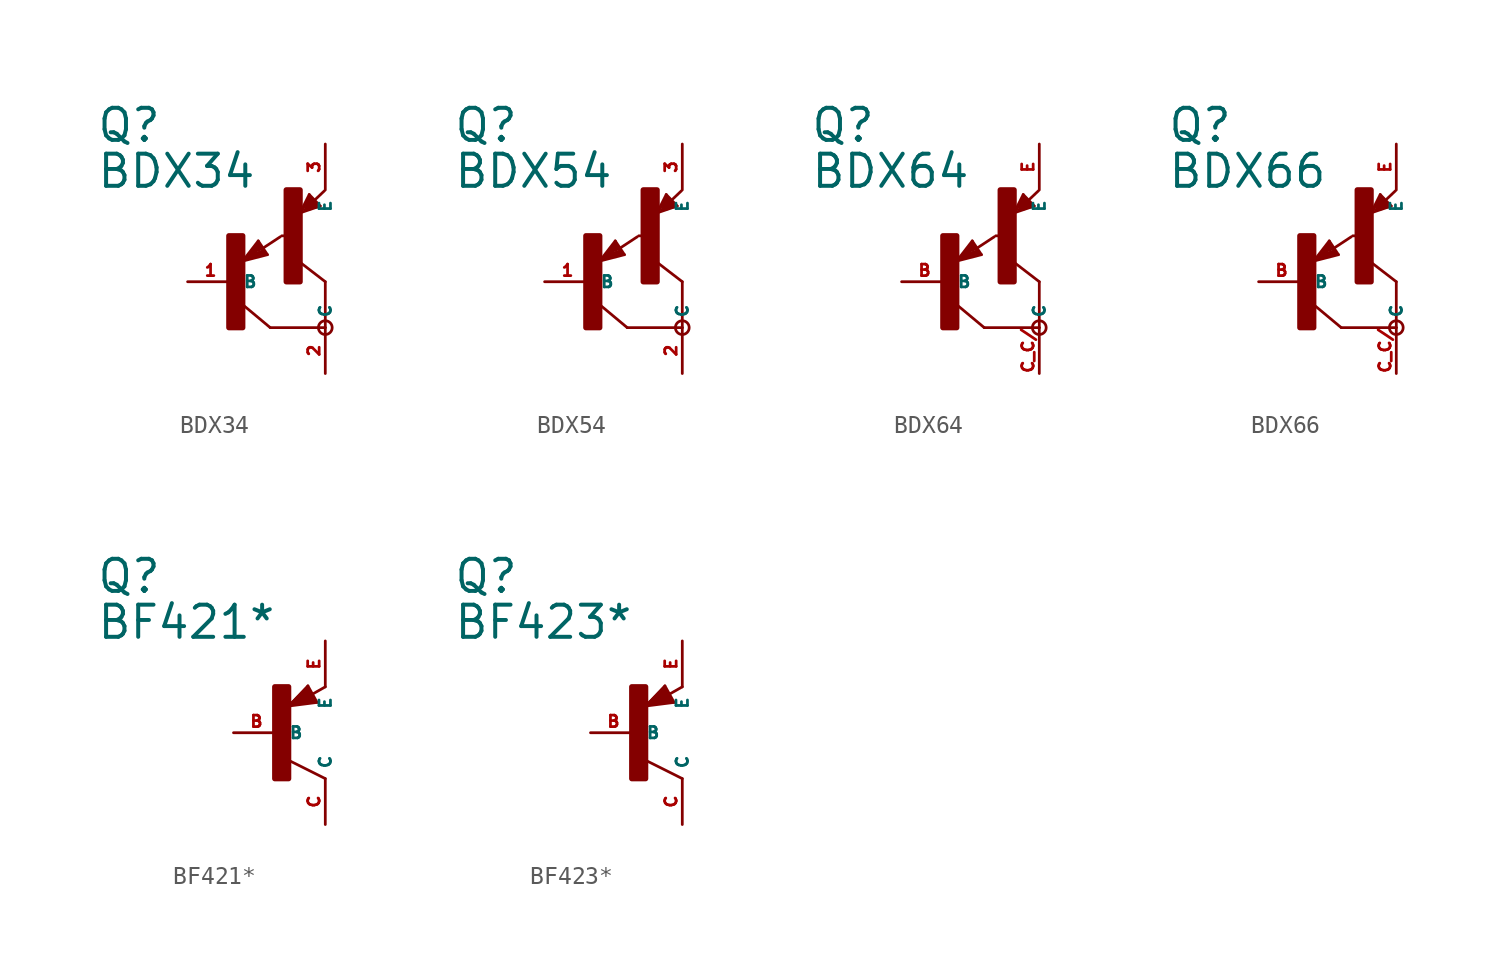
<source format=kicad_sym>
(kicad_symbol_lib
  (version 20220914)
  (generator Eagle2Kicad)
  (symbol "BDX34"
    (property "Reference" "Q"
      (at -7.62 7.62 0)
      (effects (font (size 1.778 1.778) (thickness 0.22)) (justify left bottom)))
    (property "Value" "BDX34"
      (at -7.62 5.08 0)
      (effects (font (size 1.778 1.778) (thickness 0.22)) (justify left bottom)))
    (polyline
      (pts (xy 5.08 -2.54) (xy 2.032 -2.54))
      (stroke (width 0.152) (type default))
      (fill (type none)))
    (polyline
      (pts (xy 2.032 -2.54) (xy 0.508 -1.27))
      (stroke (width 0.152) (type default))
      (fill (type none)))
    (polyline
      (pts (xy 5.08 0) (xy 3.429 1.27))
      (stroke (width 0.152) (type default))
      (fill (type none)))
    (polyline
      (pts (xy 1.37 2.259) (xy 0.508 1.143))
      (stroke (width 0.152) (type default))
      (fill (type none)))
    (polyline
      (pts (xy 1.878 1.497) (xy 1.37 2.259))
      (stroke (width 0.152) (type default))
      (fill (type none)))
    (polyline
      (pts (xy 0.508 1.143) (xy 1.878 1.497))
      (stroke (width 0.152) (type default))
      (fill (type none)))
    (polyline
      (pts (xy 1.608 1.843) (xy 2.586 2.486))
      (stroke (width 0.152) (type default))
      (fill (type none)))
    (polyline
      (pts (xy 0.635 1.27) (xy 1.397 2.159))
      (stroke (width 0.127) (type default))
      (fill (type none)))
    (polyline
      (pts (xy 1.397 2.159) (xy 1.778 1.524))
      (stroke (width 0.127) (type default))
      (fill (type none)))
    (polyline
      (pts (xy 1.778 1.524) (xy 0.762 1.27))
      (stroke (width 0.127) (type default))
      (fill (type none)))
    (polyline
      (pts (xy 0.762 1.27) (xy 1.397 2.032))
      (stroke (width 0.127) (type default))
      (fill (type none)))
    (polyline
      (pts (xy 1.397 2.032) (xy 1.651 1.651))
      (stroke (width 0.127) (type default))
      (fill (type none)))
    (polyline
      (pts (xy 1.651 1.651) (xy 0.889 1.397))
      (stroke (width 0.254) (type default))
      (fill (type none)))
    (polyline
      (pts (xy 0.889 1.397) (xy 1.397 1.905))
      (stroke (width 0.254) (type default))
      (fill (type none)))
    (polyline
      (pts (xy 1.397 1.905) (xy 1.397 1.778))
      (stroke (width 0.254) (type default))
      (fill (type none)))
    (polyline
      (pts (xy 3.683 3.81) (xy 4.799 4.191))
      (stroke (width 0.152) (type default))
      (fill (type none)))
    (polyline
      (pts (xy 4.191 4.826) (xy 3.683 3.81))
      (stroke (width 0.152) (type default))
      (fill (type none)))
    (polyline
      (pts (xy 4.799 4.191) (xy 4.191 4.826))
      (stroke (width 0.152) (type default))
      (fill (type none)))
    (polyline
      (pts (xy 4.483 4.51) (xy 5.026 5.026))
      (stroke (width 0.152) (type default))
      (fill (type none)))
    (polyline
      (pts (xy 3.81 3.937) (xy 4.191 4.699))
      (stroke (width 0.127) (type default))
      (fill (type none)))
    (polyline
      (pts (xy 4.191 4.699) (xy 4.699 4.191))
      (stroke (width 0.127) (type default))
      (fill (type none)))
    (polyline
      (pts (xy 4.699 4.191) (xy 3.937 3.937))
      (stroke (width 0.127) (type default))
      (fill (type none)))
    (polyline
      (pts (xy 3.937 3.937) (xy 4.191 4.572))
      (stroke (width 0.127) (type default))
      (fill (type none)))
    (polyline
      (pts (xy 4.191 4.572) (xy 4.572 4.191))
      (stroke (width 0.254) (type default))
      (fill (type none)))
    (polyline
      (pts (xy 4.572 4.191) (xy 4.064 4.064))
      (stroke (width 0.254) (type default))
      (fill (type none)))
    (polyline
      (pts (xy 4.064 4.064) (xy 4.191 4.318))
      (stroke (width 0.254) (type default))
      (fill (type none)))
    (polyline
      (pts (xy 4.191 4.318) (xy 4.318 4.318))
      (stroke (width 0.254) (type default))
      (fill (type none)))
    (polyline
      (pts (xy 5.08 -2.54) (xy 5.08 0))
      (stroke (width 0.152) (type default))
      (fill (type none)))
    (polyline
      (pts (xy 2.667 2.54) (xy 2.921 2.54))
      (stroke (width 0.152) (type default))
      (fill (type none)))
    (circle
      (center 5.08 -2.54)
      (radius 0.381)
      (stroke (width 0) (type default))
      (fill (type none)))
    (rectangle
      (start -0.254 -2.54)
      (end 0.508 2.54)
      (stroke (width 0.3) (type default))
      (fill (type outline)))
    (rectangle
      (start 2.921 0)
      (end 3.683 5.08)
      (stroke (width 0.3) (type default))
      (fill (type outline)))
    (pin passive line
      (at -2.54 0 0)
      (length 2.54)
      (name "B" (effects (font (size 0.635 0.635) (thickness 0.08)) (justify left bottom)))
      (number "1" (effects (font (size 0.635 0.635) (thickness 0.08)) (justify left bottom))))
    (pin passive line
      (at 5.08 7.62 270)
      (length 2.54)
      (name "E" (effects (font (size 0.635 0.635) (thickness 0.08)) (justify left bottom)))
      (number "3" (effects (font (size 0.635 0.635) (thickness 0.08)) (justify left bottom))))
    (pin passive line
      (at 5.08 -5.08 90)
      (length 2.54)
      (name "C" (effects (font (size 0.635 0.635) (thickness 0.08)) (justify left bottom)))
      (number "2" (effects (font (size 0.635 0.635) (thickness 0.08)) (justify left bottom)))))
  (symbol "BDX54"
    (property "Reference" "Q"
      (at -7.62 7.62 0)
      (effects (font (size 1.778 1.778) (thickness 0.22)) (justify left bottom)))
    (property "Value" "BDX54"
      (at -7.62 5.08 0)
      (effects (font (size 1.778 1.778) (thickness 0.22)) (justify left bottom)))
    (polyline
      (pts (xy 5.08 -2.54) (xy 2.032 -2.54))
      (stroke (width 0.152) (type default))
      (fill (type none)))
    (polyline
      (pts (xy 2.032 -2.54) (xy 0.508 -1.27))
      (stroke (width 0.152) (type default))
      (fill (type none)))
    (polyline
      (pts (xy 5.08 0) (xy 3.429 1.27))
      (stroke (width 0.152) (type default))
      (fill (type none)))
    (polyline
      (pts (xy 1.37 2.259) (xy 0.508 1.143))
      (stroke (width 0.152) (type default))
      (fill (type none)))
    (polyline
      (pts (xy 1.878 1.497) (xy 1.37 2.259))
      (stroke (width 0.152) (type default))
      (fill (type none)))
    (polyline
      (pts (xy 0.508 1.143) (xy 1.878 1.497))
      (stroke (width 0.152) (type default))
      (fill (type none)))
    (polyline
      (pts (xy 1.608 1.843) (xy 2.586 2.486))
      (stroke (width 0.152) (type default))
      (fill (type none)))
    (polyline
      (pts (xy 0.635 1.27) (xy 1.397 2.159))
      (stroke (width 0.127) (type default))
      (fill (type none)))
    (polyline
      (pts (xy 1.397 2.159) (xy 1.778 1.524))
      (stroke (width 0.127) (type default))
      (fill (type none)))
    (polyline
      (pts (xy 1.778 1.524) (xy 0.762 1.27))
      (stroke (width 0.127) (type default))
      (fill (type none)))
    (polyline
      (pts (xy 0.762 1.27) (xy 1.397 2.032))
      (stroke (width 0.127) (type default))
      (fill (type none)))
    (polyline
      (pts (xy 1.397 2.032) (xy 1.651 1.651))
      (stroke (width 0.127) (type default))
      (fill (type none)))
    (polyline
      (pts (xy 1.651 1.651) (xy 0.889 1.397))
      (stroke (width 0.254) (type default))
      (fill (type none)))
    (polyline
      (pts (xy 0.889 1.397) (xy 1.397 1.905))
      (stroke (width 0.254) (type default))
      (fill (type none)))
    (polyline
      (pts (xy 1.397 1.905) (xy 1.397 1.778))
      (stroke (width 0.254) (type default))
      (fill (type none)))
    (polyline
      (pts (xy 3.683 3.81) (xy 4.799 4.191))
      (stroke (width 0.152) (type default))
      (fill (type none)))
    (polyline
      (pts (xy 4.191 4.826) (xy 3.683 3.81))
      (stroke (width 0.152) (type default))
      (fill (type none)))
    (polyline
      (pts (xy 4.799 4.191) (xy 4.191 4.826))
      (stroke (width 0.152) (type default))
      (fill (type none)))
    (polyline
      (pts (xy 4.483 4.51) (xy 5.026 5.026))
      (stroke (width 0.152) (type default))
      (fill (type none)))
    (polyline
      (pts (xy 3.81 3.937) (xy 4.191 4.699))
      (stroke (width 0.127) (type default))
      (fill (type none)))
    (polyline
      (pts (xy 4.191 4.699) (xy 4.699 4.191))
      (stroke (width 0.127) (type default))
      (fill (type none)))
    (polyline
      (pts (xy 4.699 4.191) (xy 3.937 3.937))
      (stroke (width 0.127) (type default))
      (fill (type none)))
    (polyline
      (pts (xy 3.937 3.937) (xy 4.191 4.572))
      (stroke (width 0.127) (type default))
      (fill (type none)))
    (polyline
      (pts (xy 4.191 4.572) (xy 4.572 4.191))
      (stroke (width 0.254) (type default))
      (fill (type none)))
    (polyline
      (pts (xy 4.572 4.191) (xy 4.064 4.064))
      (stroke (width 0.254) (type default))
      (fill (type none)))
    (polyline
      (pts (xy 4.064 4.064) (xy 4.191 4.318))
      (stroke (width 0.254) (type default))
      (fill (type none)))
    (polyline
      (pts (xy 4.191 4.318) (xy 4.318 4.318))
      (stroke (width 0.254) (type default))
      (fill (type none)))
    (polyline
      (pts (xy 5.08 -2.54) (xy 5.08 0))
      (stroke (width 0.152) (type default))
      (fill (type none)))
    (polyline
      (pts (xy 2.667 2.54) (xy 2.921 2.54))
      (stroke (width 0.152) (type default))
      (fill (type none)))
    (circle
      (center 5.08 -2.54)
      (radius 0.381)
      (stroke (width 0) (type default))
      (fill (type none)))
    (rectangle
      (start -0.254 -2.54)
      (end 0.508 2.54)
      (stroke (width 0.3) (type default))
      (fill (type outline)))
    (rectangle
      (start 2.921 0)
      (end 3.683 5.08)
      (stroke (width 0.3) (type default))
      (fill (type outline)))
    (pin passive line
      (at -2.54 0 0)
      (length 2.54)
      (name "B" (effects (font (size 0.635 0.635) (thickness 0.08)) (justify left bottom)))
      (number "1" (effects (font (size 0.635 0.635) (thickness 0.08)) (justify left bottom))))
    (pin passive line
      (at 5.08 7.62 270)
      (length 2.54)
      (name "E" (effects (font (size 0.635 0.635) (thickness 0.08)) (justify left bottom)))
      (number "3" (effects (font (size 0.635 0.635) (thickness 0.08)) (justify left bottom))))
    (pin passive line
      (at 5.08 -5.08 90)
      (length 2.54)
      (name "C" (effects (font (size 0.635 0.635) (thickness 0.08)) (justify left bottom)))
      (number "2" (effects (font (size 0.635 0.635) (thickness 0.08)) (justify left bottom)))))
  (symbol "BDX64"
    (property "Reference" "Q"
      (at -7.62 7.62 0)
      (effects (font (size 1.778 1.778) (thickness 0.22)) (justify left bottom)))
    (property "Value" "BDX64"
      (at -7.62 5.08 0)
      (effects (font (size 1.778 1.778) (thickness 0.22)) (justify left bottom)))
    (polyline
      (pts (xy 5.08 -2.54) (xy 2.032 -2.54))
      (stroke (width 0.152) (type default))
      (fill (type none)))
    (polyline
      (pts (xy 2.032 -2.54) (xy 0.508 -1.27))
      (stroke (width 0.152) (type default))
      (fill (type none)))
    (polyline
      (pts (xy 5.08 0) (xy 3.429 1.27))
      (stroke (width 0.152) (type default))
      (fill (type none)))
    (polyline
      (pts (xy 1.37 2.259) (xy 0.508 1.143))
      (stroke (width 0.152) (type default))
      (fill (type none)))
    (polyline
      (pts (xy 1.878 1.497) (xy 1.37 2.259))
      (stroke (width 0.152) (type default))
      (fill (type none)))
    (polyline
      (pts (xy 0.508 1.143) (xy 1.878 1.497))
      (stroke (width 0.152) (type default))
      (fill (type none)))
    (polyline
      (pts (xy 1.608 1.843) (xy 2.586 2.486))
      (stroke (width 0.152) (type default))
      (fill (type none)))
    (polyline
      (pts (xy 0.635 1.27) (xy 1.397 2.159))
      (stroke (width 0.127) (type default))
      (fill (type none)))
    (polyline
      (pts (xy 1.397 2.159) (xy 1.778 1.524))
      (stroke (width 0.127) (type default))
      (fill (type none)))
    (polyline
      (pts (xy 1.778 1.524) (xy 0.762 1.27))
      (stroke (width 0.127) (type default))
      (fill (type none)))
    (polyline
      (pts (xy 0.762 1.27) (xy 1.397 2.032))
      (stroke (width 0.127) (type default))
      (fill (type none)))
    (polyline
      (pts (xy 1.397 2.032) (xy 1.651 1.651))
      (stroke (width 0.127) (type default))
      (fill (type none)))
    (polyline
      (pts (xy 1.651 1.651) (xy 0.889 1.397))
      (stroke (width 0.254) (type default))
      (fill (type none)))
    (polyline
      (pts (xy 0.889 1.397) (xy 1.397 1.905))
      (stroke (width 0.254) (type default))
      (fill (type none)))
    (polyline
      (pts (xy 1.397 1.905) (xy 1.397 1.778))
      (stroke (width 0.254) (type default))
      (fill (type none)))
    (polyline
      (pts (xy 3.683 3.81) (xy 4.799 4.191))
      (stroke (width 0.152) (type default))
      (fill (type none)))
    (polyline
      (pts (xy 4.191 4.826) (xy 3.683 3.81))
      (stroke (width 0.152) (type default))
      (fill (type none)))
    (polyline
      (pts (xy 4.799 4.191) (xy 4.191 4.826))
      (stroke (width 0.152) (type default))
      (fill (type none)))
    (polyline
      (pts (xy 4.483 4.51) (xy 5.026 5.026))
      (stroke (width 0.152) (type default))
      (fill (type none)))
    (polyline
      (pts (xy 3.81 3.937) (xy 4.191 4.699))
      (stroke (width 0.127) (type default))
      (fill (type none)))
    (polyline
      (pts (xy 4.191 4.699) (xy 4.699 4.191))
      (stroke (width 0.127) (type default))
      (fill (type none)))
    (polyline
      (pts (xy 4.699 4.191) (xy 3.937 3.937))
      (stroke (width 0.127) (type default))
      (fill (type none)))
    (polyline
      (pts (xy 3.937 3.937) (xy 4.191 4.572))
      (stroke (width 0.127) (type default))
      (fill (type none)))
    (polyline
      (pts (xy 4.191 4.572) (xy 4.572 4.191))
      (stroke (width 0.254) (type default))
      (fill (type none)))
    (polyline
      (pts (xy 4.572 4.191) (xy 4.064 4.064))
      (stroke (width 0.254) (type default))
      (fill (type none)))
    (polyline
      (pts (xy 4.064 4.064) (xy 4.191 4.318))
      (stroke (width 0.254) (type default))
      (fill (type none)))
    (polyline
      (pts (xy 4.191 4.318) (xy 4.318 4.318))
      (stroke (width 0.254) (type default))
      (fill (type none)))
    (polyline
      (pts (xy 5.08 -2.54) (xy 5.08 0))
      (stroke (width 0.152) (type default))
      (fill (type none)))
    (polyline
      (pts (xy 2.667 2.54) (xy 2.921 2.54))
      (stroke (width 0.152) (type default))
      (fill (type none)))
    (circle
      (center 5.08 -2.54)
      (radius 0.381)
      (stroke (width 0) (type default))
      (fill (type none)))
    (rectangle
      (start -0.254 -2.54)
      (end 0.508 2.54)
      (stroke (width 0.3) (type default))
      (fill (type outline)))
    (rectangle
      (start 2.921 0)
      (end 3.683 5.08)
      (stroke (width 0.3) (type default))
      (fill (type outline)))
    (pin passive line
      (at -2.54 0 0)
      (length 2.54)
      (name "B" (effects (font (size 0.635 0.635) (thickness 0.08)) (justify left bottom)))
      (number "B" (effects (font (size 0.635 0.635) (thickness 0.08)) (justify left bottom))))
    (pin passive line
      (at 5.08 7.62 270)
      (length 2.54)
      (name "E" (effects (font (size 0.635 0.635) (thickness 0.08)) (justify left bottom)))
      (number "E" (effects (font (size 0.635 0.635) (thickness 0.08)) (justify left bottom))))
    (pin passive line
      (at 5.08 -5.08 90)
      (length 2.54)
      (name "C" (effects (font (size 0.635 0.635) (thickness 0.08)) (justify left bottom)))
      (number "C C/" (effects (font (size 0.635 0.635) (thickness 0.08)) (justify left bottom)))))
  (symbol "BDX66"
    (property "Reference" "Q"
      (at -7.62 7.62 0)
      (effects (font (size 1.778 1.778) (thickness 0.22)) (justify left bottom)))
    (property "Value" "BDX66"
      (at -7.62 5.08 0)
      (effects (font (size 1.778 1.778) (thickness 0.22)) (justify left bottom)))
    (polyline
      (pts (xy 5.08 -2.54) (xy 2.032 -2.54))
      (stroke (width 0.152) (type default))
      (fill (type none)))
    (polyline
      (pts (xy 2.032 -2.54) (xy 0.508 -1.27))
      (stroke (width 0.152) (type default))
      (fill (type none)))
    (polyline
      (pts (xy 5.08 0) (xy 3.429 1.27))
      (stroke (width 0.152) (type default))
      (fill (type none)))
    (polyline
      (pts (xy 1.37 2.259) (xy 0.508 1.143))
      (stroke (width 0.152) (type default))
      (fill (type none)))
    (polyline
      (pts (xy 1.878 1.497) (xy 1.37 2.259))
      (stroke (width 0.152) (type default))
      (fill (type none)))
    (polyline
      (pts (xy 0.508 1.143) (xy 1.878 1.497))
      (stroke (width 0.152) (type default))
      (fill (type none)))
    (polyline
      (pts (xy 1.608 1.843) (xy 2.586 2.486))
      (stroke (width 0.152) (type default))
      (fill (type none)))
    (polyline
      (pts (xy 0.635 1.27) (xy 1.397 2.159))
      (stroke (width 0.127) (type default))
      (fill (type none)))
    (polyline
      (pts (xy 1.397 2.159) (xy 1.778 1.524))
      (stroke (width 0.127) (type default))
      (fill (type none)))
    (polyline
      (pts (xy 1.778 1.524) (xy 0.762 1.27))
      (stroke (width 0.127) (type default))
      (fill (type none)))
    (polyline
      (pts (xy 0.762 1.27) (xy 1.397 2.032))
      (stroke (width 0.127) (type default))
      (fill (type none)))
    (polyline
      (pts (xy 1.397 2.032) (xy 1.651 1.651))
      (stroke (width 0.127) (type default))
      (fill (type none)))
    (polyline
      (pts (xy 1.651 1.651) (xy 0.889 1.397))
      (stroke (width 0.254) (type default))
      (fill (type none)))
    (polyline
      (pts (xy 0.889 1.397) (xy 1.397 1.905))
      (stroke (width 0.254) (type default))
      (fill (type none)))
    (polyline
      (pts (xy 1.397 1.905) (xy 1.397 1.778))
      (stroke (width 0.254) (type default))
      (fill (type none)))
    (polyline
      (pts (xy 3.683 3.81) (xy 4.799 4.191))
      (stroke (width 0.152) (type default))
      (fill (type none)))
    (polyline
      (pts (xy 4.191 4.826) (xy 3.683 3.81))
      (stroke (width 0.152) (type default))
      (fill (type none)))
    (polyline
      (pts (xy 4.799 4.191) (xy 4.191 4.826))
      (stroke (width 0.152) (type default))
      (fill (type none)))
    (polyline
      (pts (xy 4.483 4.51) (xy 5.026 5.026))
      (stroke (width 0.152) (type default))
      (fill (type none)))
    (polyline
      (pts (xy 3.81 3.937) (xy 4.191 4.699))
      (stroke (width 0.127) (type default))
      (fill (type none)))
    (polyline
      (pts (xy 4.191 4.699) (xy 4.699 4.191))
      (stroke (width 0.127) (type default))
      (fill (type none)))
    (polyline
      (pts (xy 4.699 4.191) (xy 3.937 3.937))
      (stroke (width 0.127) (type default))
      (fill (type none)))
    (polyline
      (pts (xy 3.937 3.937) (xy 4.191 4.572))
      (stroke (width 0.127) (type default))
      (fill (type none)))
    (polyline
      (pts (xy 4.191 4.572) (xy 4.572 4.191))
      (stroke (width 0.254) (type default))
      (fill (type none)))
    (polyline
      (pts (xy 4.572 4.191) (xy 4.064 4.064))
      (stroke (width 0.254) (type default))
      (fill (type none)))
    (polyline
      (pts (xy 4.064 4.064) (xy 4.191 4.318))
      (stroke (width 0.254) (type default))
      (fill (type none)))
    (polyline
      (pts (xy 4.191 4.318) (xy 4.318 4.318))
      (stroke (width 0.254) (type default))
      (fill (type none)))
    (polyline
      (pts (xy 5.08 -2.54) (xy 5.08 0))
      (stroke (width 0.152) (type default))
      (fill (type none)))
    (polyline
      (pts (xy 2.667 2.54) (xy 2.921 2.54))
      (stroke (width 0.152) (type default))
      (fill (type none)))
    (circle
      (center 5.08 -2.54)
      (radius 0.381)
      (stroke (width 0) (type default))
      (fill (type none)))
    (rectangle
      (start -0.254 -2.54)
      (end 0.508 2.54)
      (stroke (width 0.3) (type default))
      (fill (type outline)))
    (rectangle
      (start 2.921 0)
      (end 3.683 5.08)
      (stroke (width 0.3) (type default))
      (fill (type outline)))
    (pin passive line
      (at -2.54 0 0)
      (length 2.54)
      (name "B" (effects (font (size 0.635 0.635) (thickness 0.08)) (justify left bottom)))
      (number "B" (effects (font (size 0.635 0.635) (thickness 0.08)) (justify left bottom))))
    (pin passive line
      (at 5.08 7.62 270)
      (length 2.54)
      (name "E" (effects (font (size 0.635 0.635) (thickness 0.08)) (justify left bottom)))
      (number "E" (effects (font (size 0.635 0.635) (thickness 0.08)) (justify left bottom))))
    (pin passive line
      (at 5.08 -5.08 90)
      (length 2.54)
      (name "C" (effects (font (size 0.635 0.635) (thickness 0.08)) (justify left bottom)))
      (number "C C/" (effects (font (size 0.635 0.635) (thickness 0.08)) (justify left bottom)))))
  (symbol "BF421*"
    (property "Reference" "Q"
      (at -10.16 7.62 0)
      (effects (font (size 1.778 1.778) (thickness 0.22)) (justify left bottom)))
    (property "Value" "BF421*"
      (at -10.16 5.08 0)
      (effects (font (size 1.778 1.778) (thickness 0.22)) (justify left bottom)))
    (polyline
      (pts (xy 2.086 1.678) (xy 1.578 2.594))
      (stroke (width 0.152) (type default))
      (fill (type none)))
    (polyline
      (pts (xy 1.578 2.594) (xy 0.516 1.478))
      (stroke (width 0.152) (type default))
      (fill (type none)))
    (polyline
      (pts (xy 0.516 1.478) (xy 2.086 1.678))
      (stroke (width 0.152) (type default))
      (fill (type none)))
    (polyline
      (pts (xy 2.54 2.54) (xy 1.808 2.124))
      (stroke (width 0.152) (type default))
      (fill (type none)))
    (polyline
      (pts (xy 2.54 -2.54) (xy 0.508 -1.524))
      (stroke (width 0.152) (type default))
      (fill (type none)))
    (polyline
      (pts (xy 1.905 1.778) (xy 1.524 2.413))
      (stroke (width 0.254) (type default))
      (fill (type none)))
    (polyline
      (pts (xy 1.524 2.413) (xy 0.762 1.651))
      (stroke (width 0.254) (type default))
      (fill (type none)))
    (polyline
      (pts (xy 0.762 1.651) (xy 1.778 1.778))
      (stroke (width 0.254) (type default))
      (fill (type none)))
    (polyline
      (pts (xy 1.778 1.778) (xy 1.524 2.159))
      (stroke (width 0.254) (type default))
      (fill (type none)))
    (polyline
      (pts (xy 1.524 2.159) (xy 1.143 1.905))
      (stroke (width 0.254) (type default))
      (fill (type none)))
    (polyline
      (pts (xy 1.143 1.905) (xy 1.524 1.905))
      (stroke (width 0.254) (type default))
      (fill (type none)))
    (rectangle
      (start -0.254 -2.54)
      (end 0.508 2.54)
      (stroke (width 0.3) (type default))
      (fill (type outline)))
    (pin passive line
      (at -2.54 0 0)
      (length 2.54)
      (name "B" (effects (font (size 0.635 0.635) (thickness 0.08)) (justify left bottom)))
      (number "B" (effects (font (size 0.635 0.635) (thickness 0.08)) (justify left bottom))))
    (pin passive line
      (at 2.54 5.08 270)
      (length 2.54)
      (name "E" (effects (font (size 0.635 0.635) (thickness 0.08)) (justify left bottom)))
      (number "E" (effects (font (size 0.635 0.635) (thickness 0.08)) (justify left bottom))))
    (pin passive line
      (at 2.54 -5.08 90)
      (length 2.54)
      (name "C" (effects (font (size 0.635 0.635) (thickness 0.08)) (justify left bottom)))
      (number "C" (effects (font (size 0.635 0.635) (thickness 0.08)) (justify left bottom)))))
  (symbol "BF423*"
    (property "Reference" "Q"
      (at -10.16 7.62 0)
      (effects (font (size 1.778 1.778) (thickness 0.22)) (justify left bottom)))
    (property "Value" "BF423*"
      (at -10.16 5.08 0)
      (effects (font (size 1.778 1.778) (thickness 0.22)) (justify left bottom)))
    (polyline
      (pts (xy 2.086 1.678) (xy 1.578 2.594))
      (stroke (width 0.152) (type default))
      (fill (type none)))
    (polyline
      (pts (xy 1.578 2.594) (xy 0.516 1.478))
      (stroke (width 0.152) (type default))
      (fill (type none)))
    (polyline
      (pts (xy 0.516 1.478) (xy 2.086 1.678))
      (stroke (width 0.152) (type default))
      (fill (type none)))
    (polyline
      (pts (xy 2.54 2.54) (xy 1.808 2.124))
      (stroke (width 0.152) (type default))
      (fill (type none)))
    (polyline
      (pts (xy 2.54 -2.54) (xy 0.508 -1.524))
      (stroke (width 0.152) (type default))
      (fill (type none)))
    (polyline
      (pts (xy 1.905 1.778) (xy 1.524 2.413))
      (stroke (width 0.254) (type default))
      (fill (type none)))
    (polyline
      (pts (xy 1.524 2.413) (xy 0.762 1.651))
      (stroke (width 0.254) (type default))
      (fill (type none)))
    (polyline
      (pts (xy 0.762 1.651) (xy 1.778 1.778))
      (stroke (width 0.254) (type default))
      (fill (type none)))
    (polyline
      (pts (xy 1.778 1.778) (xy 1.524 2.159))
      (stroke (width 0.254) (type default))
      (fill (type none)))
    (polyline
      (pts (xy 1.524 2.159) (xy 1.143 1.905))
      (stroke (width 0.254) (type default))
      (fill (type none)))
    (polyline
      (pts (xy 1.143 1.905) (xy 1.524 1.905))
      (stroke (width 0.254) (type default))
      (fill (type none)))
    (rectangle
      (start -0.254 -2.54)
      (end 0.508 2.54)
      (stroke (width 0.3) (type default))
      (fill (type outline)))
    (pin passive line
      (at -2.54 0 0)
      (length 2.54)
      (name "B" (effects (font (size 0.635 0.635) (thickness 0.08)) (justify left bottom)))
      (number "B" (effects (font (size 0.635 0.635) (thickness 0.08)) (justify left bottom))))
    (pin passive line
      (at 2.54 5.08 270)
      (length 2.54)
      (name "E" (effects (font (size 0.635 0.635) (thickness 0.08)) (justify left bottom)))
      (number "E" (effects (font (size 0.635 0.635) (thickness 0.08)) (justify left bottom))))
    (pin passive line
      (at 2.54 -5.08 90)
      (length 2.54)
      (name "C" (effects (font (size 0.635 0.635) (thickness 0.08)) (justify left bottom)))
      (number "C" (effects (font (size 0.635 0.635) (thickness 0.08)) (justify left bottom))))))
</source>
